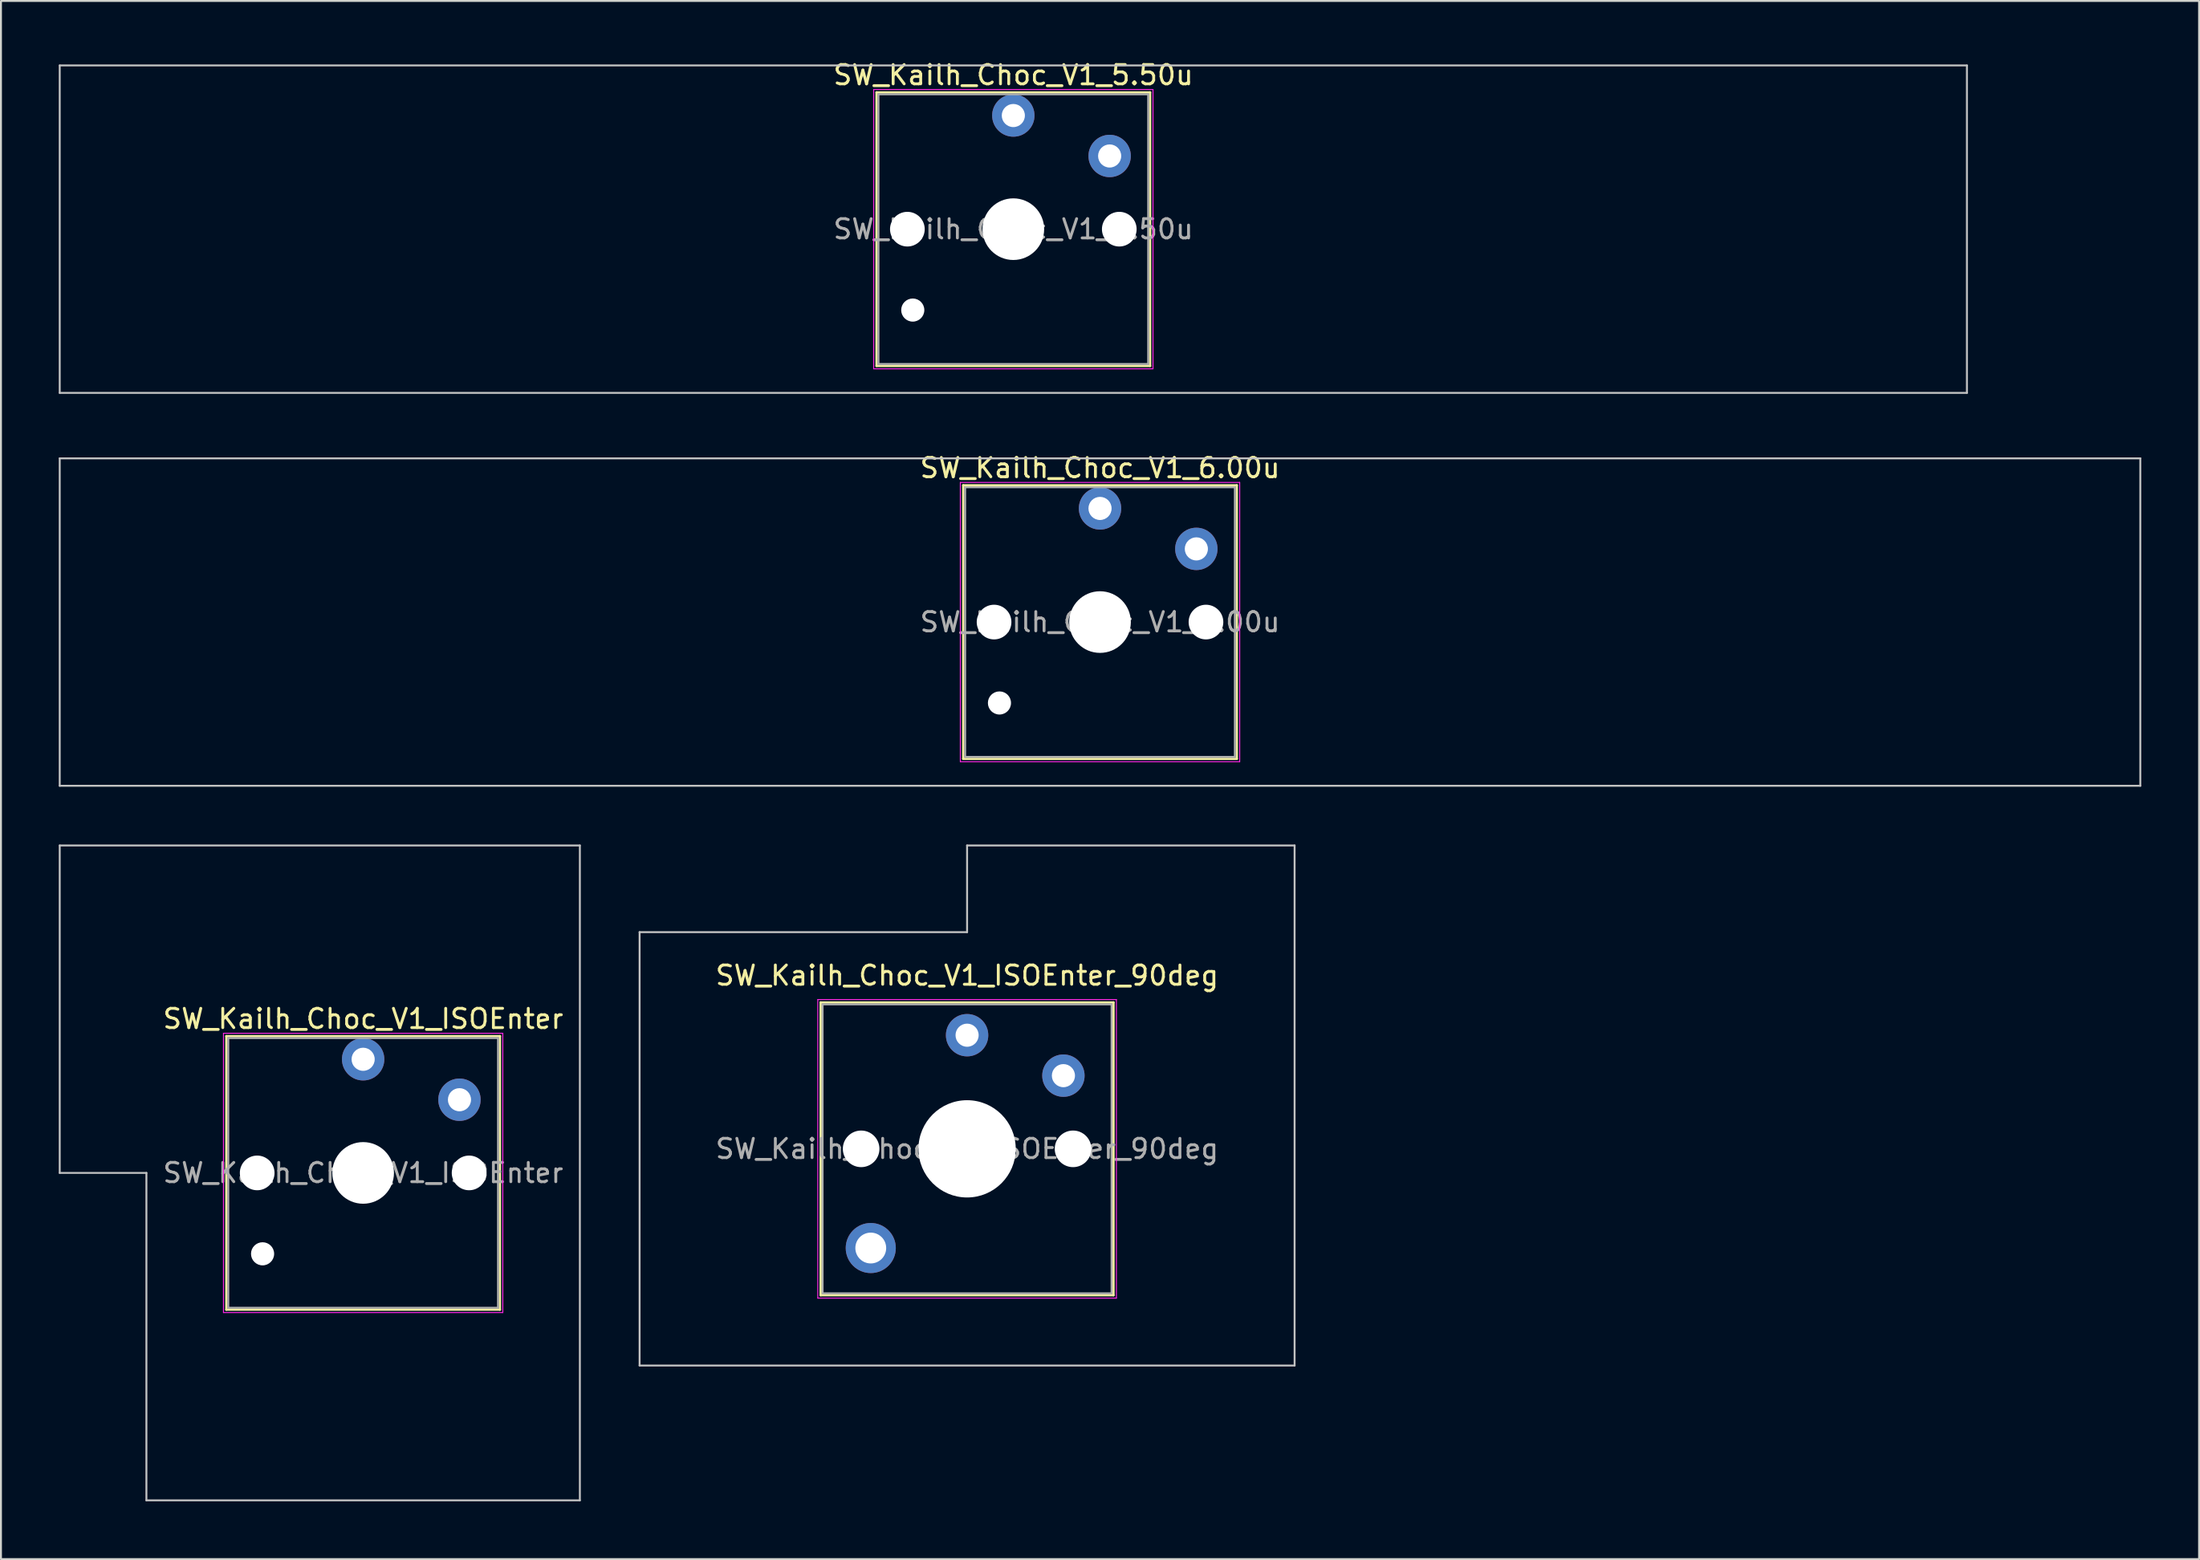
<source format=kicad_pcb>
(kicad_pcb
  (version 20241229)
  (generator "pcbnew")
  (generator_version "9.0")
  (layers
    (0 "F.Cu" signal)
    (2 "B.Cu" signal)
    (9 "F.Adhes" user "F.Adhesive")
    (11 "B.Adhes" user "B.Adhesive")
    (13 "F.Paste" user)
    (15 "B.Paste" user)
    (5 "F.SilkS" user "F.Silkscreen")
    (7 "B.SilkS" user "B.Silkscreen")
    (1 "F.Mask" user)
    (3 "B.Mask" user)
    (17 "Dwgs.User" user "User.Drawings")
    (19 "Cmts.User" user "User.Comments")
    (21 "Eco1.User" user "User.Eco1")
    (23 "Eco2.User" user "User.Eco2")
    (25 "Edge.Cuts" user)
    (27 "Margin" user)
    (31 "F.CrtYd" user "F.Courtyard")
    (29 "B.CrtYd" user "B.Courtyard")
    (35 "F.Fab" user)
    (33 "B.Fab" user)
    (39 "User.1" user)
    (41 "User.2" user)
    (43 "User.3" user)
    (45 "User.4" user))
  (footprint "SW_Kailh_Choc_V1_ISOEnter"
    (layer "F.Cu")
    (at 15.8 57.846)
    (property "Reference" "SW_Kailh_Choc_V1_ISOEnter" (at 0 -8 0) (layer "F.SilkS") (effects (font (size 1 1) (thickness 0.15))))
    (attr through_hole)
    (fp_line (start -7.1 -7.1) (end -7.1 7.1) (stroke (width 0.12) (type solid)) (layer "F.SilkS"))
    (fp_line (start -7.1 7.1) (end 7.1 7.1) (stroke (width 0.12) (type solid)) (layer "F.SilkS"))
    (fp_line (start 7.1 -7.1) (end -7.1 -7.1) (stroke (width 0.12) (type solid)) (layer "F.SilkS"))
    (fp_line (start 7.1 7.1) (end 7.1 -7.1) (stroke (width 0.12) (type solid)) (layer "F.SilkS"))
    (fp_line (start -15.75 -17) (end -15.75 0) (stroke (width 0.1) (type solid)) (layer "Dwgs.User"))
    (fp_line (start -15.75 0) (end -11.25 0) (stroke (width 0.1) (type solid)) (layer "Dwgs.User"))
    (fp_line (start -11.25 0) (end -11.25 17) (stroke (width 0.1) (type solid)) (layer "Dwgs.User"))
    (fp_line (start -11.25 17) (end 11.25 17) (stroke (width 0.1) (type solid)) (layer "Dwgs.User"))
    (fp_line (start 11.25 -17) (end -15.75 -17) (stroke (width 0.1) (type solid)) (layer "Dwgs.User"))
    (fp_line (start 11.25 17) (end 11.25 -17) (stroke (width 0.1) (type solid)) (layer "Dwgs.User"))
    (fp_line (start -7.25 -7.25) (end -7.25 7.25) (stroke (width 0.05) (type solid)) (layer "F.CrtYd"))
    (fp_line (start -7.25 7.25) (end 7.25 7.25) (stroke (width 0.05) (type solid)) (layer "F.CrtYd"))
    (fp_line (start 7.25 -7.25) (end -7.25 -7.25) (stroke (width 0.05) (type solid)) (layer "F.CrtYd"))
    (fp_line (start 7.25 7.25) (end 7.25 -7.25) (stroke (width 0.05) (type solid)) (layer "F.CrtYd"))
    (fp_line (start -7 -7) (end -7 7) (stroke (width 0.1) (type solid)) (layer "F.Fab"))
    (fp_line (start -7 7) (end 7 7) (stroke (width 0.1) (type solid)) (layer "F.Fab"))
    (fp_line (start 7 -7) (end -7 -7) (stroke (width 0.1) (type solid)) (layer "F.Fab"))
    (fp_line (start 7 7) (end 7 -7) (stroke (width 0.1) (type solid)) (layer "F.Fab"))
    (fp_text user "${REFERENCE}" (at 0 0 0) (layer "F.Fab") (effects (font (size 1 1) (thickness 0.15))))
    (pad "" np_thru_hole circle (at -5.5 0) (size 1.8 1.8) (drill 1.8) (layers "*.Cu" "*.Mask"))
    (pad "" np_thru_hole circle (at -5.22 4.2) (size 1.2 1.2) (drill 1.2) (layers "*.Cu" "*.Mask"))
    (pad "" np_thru_hole circle (at 0 0) (size 3.2 3.2) (drill 3.2) (layers "*.Cu" "*.Mask"))
    (pad "" np_thru_hole circle (at 5.5 0) (size 1.8 1.8) (drill 1.8) (layers "*.Cu" "*.Mask"))
    (pad "1" thru_hole circle (at 0 -5.9) (size 2.2 2.2) (drill 1.2) (layers "*.Cu" "B.Mask"))
    (pad "2" thru_hole circle (at 5 -3.8) (size 2.2 2.2) (drill 1.2) (layers "*.Cu" "B.Mask")))
  (footprint "SW_Kailh_Choc_V1_6.00u"
    (layer "F.Cu")
    (at 54.05 29.247)
    (property "Reference" "SW_Kailh_Choc_V1_6.00u" (at 0 -8 0) (layer "F.SilkS") (effects (font (size 1 1) (thickness 0.15))))
    (attr through_hole)
    (fp_line (start -7.1 -7.1) (end -7.1 7.1) (stroke (width 0.12) (type solid)) (layer "F.SilkS"))
    (fp_line (start -7.1 7.1) (end 7.1 7.1) (stroke (width 0.12) (type solid)) (layer "F.SilkS"))
    (fp_line (start 7.1 -7.1) (end -7.1 -7.1) (stroke (width 0.12) (type solid)) (layer "F.SilkS"))
    (fp_line (start 7.1 7.1) (end 7.1 -7.1) (stroke (width 0.12) (type solid)) (layer "F.SilkS"))
    (fp_line (start -54 -8.5) (end -54 8.5) (stroke (width 0.1) (type solid)) (layer "Dwgs.User"))
    (fp_line (start -54 8.5) (end 54 8.5) (stroke (width 0.1) (type solid)) (layer "Dwgs.User"))
    (fp_line (start 54 -8.5) (end -54 -8.5) (stroke (width 0.1) (type solid)) (layer "Dwgs.User"))
    (fp_line (start 54 8.5) (end 54 -8.5) (stroke (width 0.1) (type solid)) (layer "Dwgs.User"))
    (fp_line (start -7.25 -7.25) (end -7.25 7.25) (stroke (width 0.05) (type solid)) (layer "F.CrtYd"))
    (fp_line (start -7.25 7.25) (end 7.25 7.25) (stroke (width 0.05) (type solid)) (layer "F.CrtYd"))
    (fp_line (start 7.25 -7.25) (end -7.25 -7.25) (stroke (width 0.05) (type solid)) (layer "F.CrtYd"))
    (fp_line (start 7.25 7.25) (end 7.25 -7.25) (stroke (width 0.05) (type solid)) (layer "F.CrtYd"))
    (fp_line (start -7 -7) (end -7 7) (stroke (width 0.1) (type solid)) (layer "F.Fab"))
    (fp_line (start -7 7) (end 7 7) (stroke (width 0.1) (type solid)) (layer "F.Fab"))
    (fp_line (start 7 -7) (end -7 -7) (stroke (width 0.1) (type solid)) (layer "F.Fab"))
    (fp_line (start 7 7) (end 7 -7) (stroke (width 0.1) (type solid)) (layer "F.Fab"))
    (fp_text user "${REFERENCE}" (at 0 0 0) (layer "F.Fab") (effects (font (size 1 1) (thickness 0.15))))
    (pad "" np_thru_hole circle (at -5.5 0) (size 1.8 1.8) (drill 1.8) (layers "*.Cu" "*.Mask"))
    (pad "" np_thru_hole circle (at -5.22 4.2) (size 1.2 1.2) (drill 1.2) (layers "*.Cu" "*.Mask"))
    (pad "" np_thru_hole circle (at 0 0) (size 3.2 3.2) (drill 3.2) (layers "*.Cu" "*.Mask"))
    (pad "" np_thru_hole circle (at 5.5 0) (size 1.8 1.8) (drill 1.8) (layers "*.Cu" "*.Mask"))
    (pad "1" thru_hole circle (at 0 -5.9) (size 2.2 2.2) (drill 1.2) (layers "*.Cu" "B.Mask"))
    (pad "2" thru_hole circle (at 5 -3.8) (size 2.2 2.2) (drill 1.2) (layers "*.Cu" "B.Mask")))
  (footprint "SW_Kailh_Choc_V1_ISOEnter_90deg"
    (layer "F.Cu")
    (at 47.15 56.596)
    (property "Reference" "SW_Kailh_Choc_V1_ISOEnter_90deg" (at 0 -9 0) (layer "F.SilkS") (effects (font (size 1 1) (thickness 0.15))))
    (attr through_hole)
    (fp_line (start -7.6 -7.6) (end -7.6 7.6) (stroke (width 0.12) (type solid)) (layer "F.SilkS"))
    (fp_line (start -7.6 7.6) (end 7.6 7.6) (stroke (width 0.12) (type solid)) (layer "F.SilkS"))
    (fp_line (start 7.6 -7.6) (end -7.6 -7.6) (stroke (width 0.12) (type solid)) (layer "F.SilkS"))
    (fp_line (start 7.6 7.6) (end 7.6 -7.6) (stroke (width 0.12) (type solid)) (layer "F.SilkS"))
    (fp_line (start -17 -11.25) (end -17 11.25) (stroke (width 0.1) (type solid)) (layer "Dwgs.User"))
    (fp_line (start -17 11.25) (end 17 11.25) (stroke (width 0.1) (type solid)) (layer "Dwgs.User"))
    (fp_line (start 0 -15.75) (end 0 -11.25) (stroke (width 0.1) (type solid)) (layer "Dwgs.User"))
    (fp_line (start 0 -11.25) (end -17 -11.25) (stroke (width 0.1) (type solid)) (layer "Dwgs.User"))
    (fp_line (start 17 -15.75) (end 0 -15.75) (stroke (width 0.1) (type solid)) (layer "Dwgs.User"))
    (fp_line (start 17 11.25) (end 17 -15.75) (stroke (width 0.1) (type solid)) (layer "Dwgs.User"))
    (fp_line (start -7.25 -7.25) (end -7.25 7.25) (stroke (width 0.1) (type solid)) (layer "Eco1.User"))
    (fp_line (start -7.25 7.25) (end 7.25 7.25) (stroke (width 0.1) (type solid)) (layer "Eco1.User"))
    (fp_line (start 7.25 -7.25) (end -7.25 -7.25) (stroke (width 0.1) (type solid)) (layer "Eco1.User"))
    (fp_line (start 7.25 7.25) (end 7.25 -7.25) (stroke (width 0.1) (type solid)) (layer "Eco1.User"))
    (fp_line (start -7.75 -7.75) (end -7.75 7.75) (stroke (width 0.05) (type solid)) (layer "F.CrtYd"))
    (fp_line (start -7.75 7.75) (end 7.75 7.75) (stroke (width 0.05) (type solid)) (layer "F.CrtYd"))
    (fp_line (start 7.75 -7.75) (end -7.75 -7.75) (stroke (width 0.05) (type solid)) (layer "F.CrtYd"))
    (fp_line (start 7.75 7.75) (end 7.75 -7.75) (stroke (width 0.05) (type solid)) (layer "F.CrtYd"))
    (fp_line (start -7.5 -7.5) (end -7.5 7.5) (stroke (width 0.1) (type solid)) (layer "F.Fab"))
    (fp_line (start -7.5 7.5) (end 7.5 7.5) (stroke (width 0.1) (type solid)) (layer "F.Fab"))
    (fp_line (start 7.5 -7.5) (end -7.5 -7.5) (stroke (width 0.1) (type solid)) (layer "F.Fab"))
    (fp_line (start 7.5 7.5) (end 7.5 -7.5) (stroke (width 0.1) (type solid)) (layer "F.Fab"))
    (fp_text user "${REFERENCE}" (at 0 0 0) (layer "F.Fab") (effects (font (size 1 1) (thickness 0.15))))
    (pad "" np_thru_hole circle (at -5.5 0) (size 1.9 1.9) (drill 1.9) (layers "*.Cu" "*.Mask"))
    (pad "" thru_hole circle (at -5 5.15) (size 2.6 2.6) (drill 1.6) (layers "*.Cu" "B.Mask"))
    (pad "" np_thru_hole circle (at 0 0) (size 5.05 5.05) (drill 5.05) (layers "*.Cu" "*.Mask"))
    (pad "" np_thru_hole circle (at 5.5 0) (size 1.9 1.9) (drill 1.9) (layers "*.Cu" "*.Mask"))
    (pad "1" thru_hole circle (at 0 -5.9) (size 2.2 2.2) (drill 1.2) (layers "*.Cu" "B.Mask"))
    (pad "2" thru_hole circle (at 5 -3.8) (size 2.2 2.2) (drill 1.2) (layers "*.Cu" "B.Mask")))
  (footprint "SW_Kailh_Choc_V1_5.50u"
    (layer "F.Cu")
    (at 49.55 8.848)
    (property "Reference" "SW_Kailh_Choc_V1_5.50u" (at 0 -8 0) (layer "F.SilkS") (effects (font (size 1 1) (thickness 0.15))))
    (attr through_hole)
    (fp_line (start -7.1 -7.1) (end -7.1 7.1) (stroke (width 0.12) (type solid)) (layer "F.SilkS"))
    (fp_line (start -7.1 7.1) (end 7.1 7.1) (stroke (width 0.12) (type solid)) (layer "F.SilkS"))
    (fp_line (start 7.1 -7.1) (end -7.1 -7.1) (stroke (width 0.12) (type solid)) (layer "F.SilkS"))
    (fp_line (start 7.1 7.1) (end 7.1 -7.1) (stroke (width 0.12) (type solid)) (layer "F.SilkS"))
    (fp_line (start -49.5 -8.5) (end -49.5 8.5) (stroke (width 0.1) (type solid)) (layer "Dwgs.User"))
    (fp_line (start -49.5 8.5) (end 49.5 8.5) (stroke (width 0.1) (type solid)) (layer "Dwgs.User"))
    (fp_line (start 49.5 -8.5) (end -49.5 -8.5) (stroke (width 0.1) (type solid)) (layer "Dwgs.User"))
    (fp_line (start 49.5 8.5) (end 49.5 -8.5) (stroke (width 0.1) (type solid)) (layer "Dwgs.User"))
    (fp_line (start -7.25 -7.25) (end -7.25 7.25) (stroke (width 0.05) (type solid)) (layer "F.CrtYd"))
    (fp_line (start -7.25 7.25) (end 7.25 7.25) (stroke (width 0.05) (type solid)) (layer "F.CrtYd"))
    (fp_line (start 7.25 -7.25) (end -7.25 -7.25) (stroke (width 0.05) (type solid)) (layer "F.CrtYd"))
    (fp_line (start 7.25 7.25) (end 7.25 -7.25) (stroke (width 0.05) (type solid)) (layer "F.CrtYd"))
    (fp_line (start -7 -7) (end -7 7) (stroke (width 0.1) (type solid)) (layer "F.Fab"))
    (fp_line (start -7 7) (end 7 7) (stroke (width 0.1) (type solid)) (layer "F.Fab"))
    (fp_line (start 7 -7) (end -7 -7) (stroke (width 0.1) (type solid)) (layer "F.Fab"))
    (fp_line (start 7 7) (end 7 -7) (stroke (width 0.1) (type solid)) (layer "F.Fab"))
    (fp_text user "${REFERENCE}" (at 0 0 0) (layer "F.Fab") (effects (font (size 1 1) (thickness 0.15))))
    (pad "" np_thru_hole circle (at -5.5 0) (size 1.8 1.8) (drill 1.8) (layers "*.Cu" "*.Mask"))
    (pad "" np_thru_hole circle (at -5.22 4.2) (size 1.2 1.2) (drill 1.2) (layers "*.Cu" "*.Mask"))
    (pad "" np_thru_hole circle (at 0 0) (size 3.2 3.2) (drill 3.2) (layers "*.Cu" "*.Mask"))
    (pad "" np_thru_hole circle (at 5.5 0) (size 1.8 1.8) (drill 1.8) (layers "*.Cu" "*.Mask"))
    (pad "1" thru_hole circle (at 0 -5.9) (size 2.2 2.2) (drill 1.2) (layers "*.Cu" "B.Mask"))
    (pad "2" thru_hole circle (at 5 -3.8) (size 2.2 2.2) (drill 1.2) (layers "*.Cu" "B.Mask")))
  (gr_rect
    (start -3 -3)
    (end 111.1 77.897)
    (stroke (width 0.1) (type default))
    (fill no)
    (layer "Edge.Cuts")))
</source>
